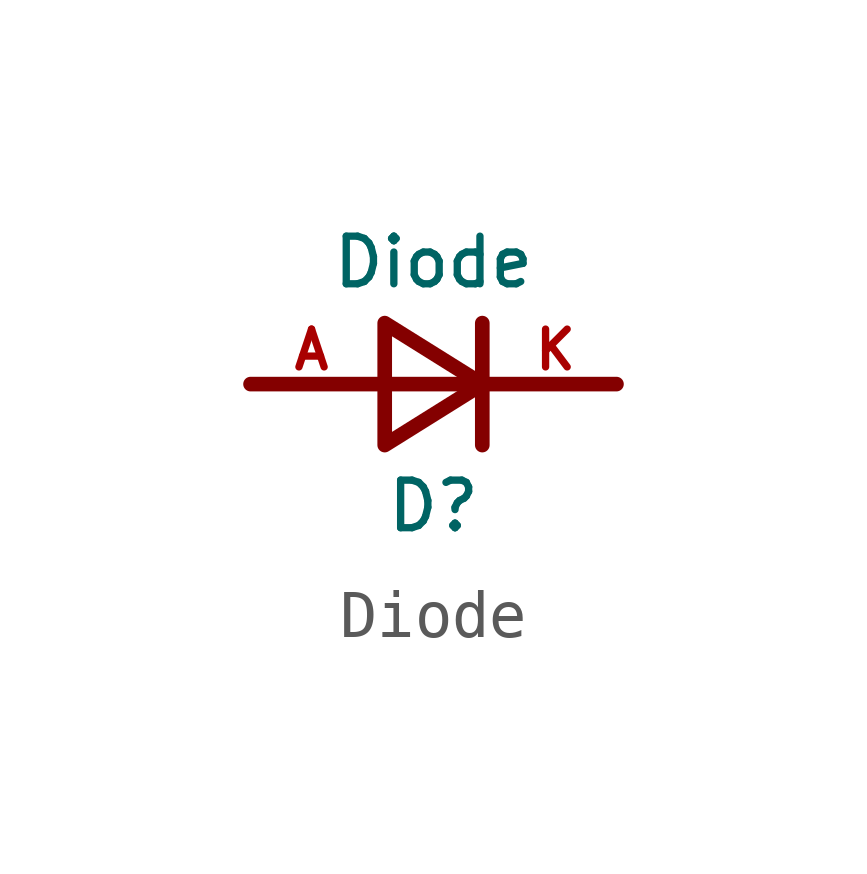
<source format=kicad_sym>
(kicad_symbol_lib
  (version 20220914)
  (generator kicad_symbol_editor)
  (symbol "Diode"
    (pin_names
      (offset 1.016) hide)
    (property "Reference" "D"
      (at 0 -2.54 0)
      (effects (font (size 0.991 0.991))))
    (property "Value" "Diode"
      (at 0 2.54 0)
      (effects (font (size 0.991 0.991))))
    (property "Footprint" ""
      (at -0.381 0 0)
      (effects (font (size 1.524 1.524))))
    (property "Datasheet" ""
      (at -0.381 0 0)
      (effects (font (size 1.524 1.524))))
    (symbol "Diode_0_0"
      (polyline (pts (xy -3.81 0) (xy 3.81 0)) (stroke (width 0.305) (type default)) (fill (type none)))
      (polyline (pts (xy 1.016 1.27) (xy 1.016 0) (xy -1.016 1.27) (xy -1.016 -1.27) (xy 1.016 0) (xy 1.016 -1.27)) (stroke (width 0.305) (type default)) (fill (type none)))
      (pin passive line (at -3.81 0 0) (length 2.54) (name "A" (effects (font (size 0.991 0.991)))) (number "A" (effects (font (size 0.787 0.787)))))
      (pin passive line (at 3.81 0 180) (length 2.54) (name "K" (effects (font (size 0.991 0.991)))) (number "K" (effects (font (size 0.787 0.787))))))))
</source>
